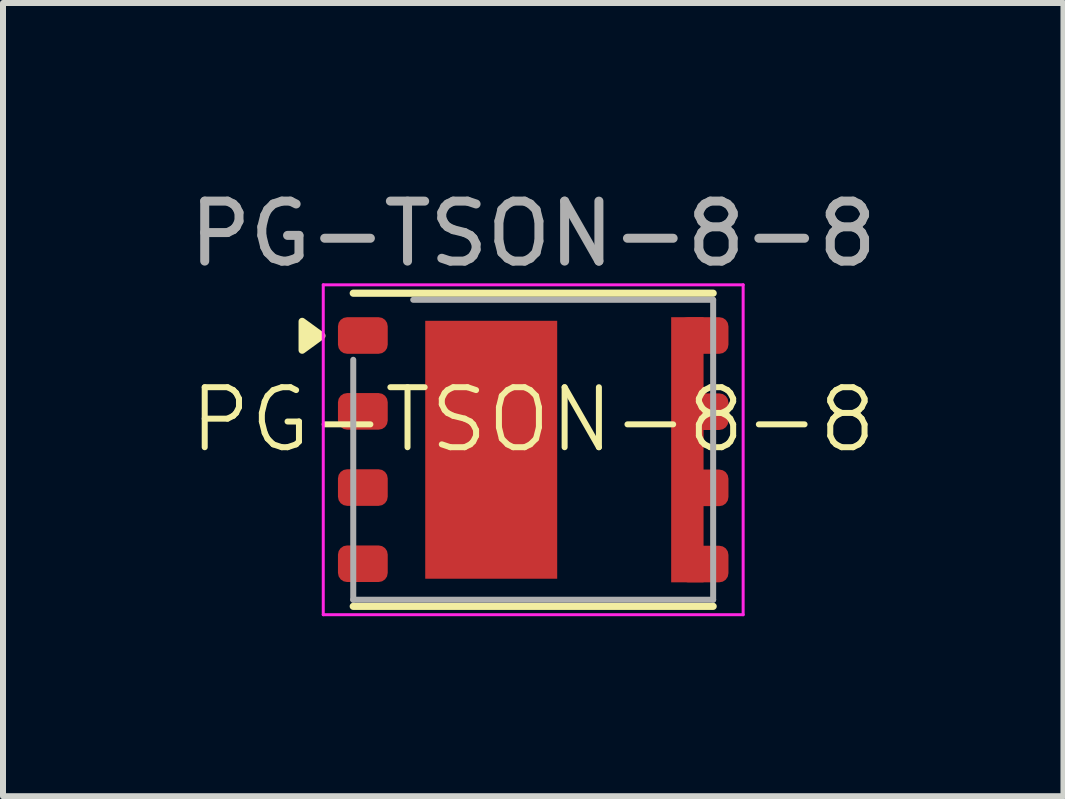
<source format=kicad_pcb>
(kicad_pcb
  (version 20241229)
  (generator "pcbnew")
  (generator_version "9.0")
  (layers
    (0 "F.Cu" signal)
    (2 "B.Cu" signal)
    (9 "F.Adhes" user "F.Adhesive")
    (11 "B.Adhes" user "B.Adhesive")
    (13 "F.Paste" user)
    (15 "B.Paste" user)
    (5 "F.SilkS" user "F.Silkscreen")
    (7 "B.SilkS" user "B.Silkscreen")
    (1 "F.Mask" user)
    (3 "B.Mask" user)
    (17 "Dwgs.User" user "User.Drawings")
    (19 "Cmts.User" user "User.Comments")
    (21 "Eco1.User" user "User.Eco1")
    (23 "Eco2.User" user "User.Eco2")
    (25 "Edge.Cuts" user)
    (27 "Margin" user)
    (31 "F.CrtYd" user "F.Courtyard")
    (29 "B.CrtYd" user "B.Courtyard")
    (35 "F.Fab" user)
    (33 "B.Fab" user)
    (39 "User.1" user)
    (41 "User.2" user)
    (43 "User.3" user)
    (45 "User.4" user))
  (footprint "PG-TSON-8-8"
    (layer "F.Cu")
    (at 5.839 4.448)
    (property "Reference" "PG-TSON-8-8" (at 0 -0.5 0) (unlocked yes) (layer "F.SilkS") (effects (font (size 1 1) (thickness 0.1))))
    (attr smd)
    (fp_line (start 3 -2.61) (end -3 -2.61) (stroke (width 0.12) (type solid)) (layer "F.SilkS"))
    (fp_line (start 3 2.61) (end -3 2.61) (stroke (width 0.12) (type solid)) (layer "F.SilkS"))
    (fp_poly (pts (xy -3.522 -1.9) (xy -3.852 -1.66) (xy -3.852 -2.14) (xy -3.522 -1.9)) (stroke (width 0.12) (type solid)) (fill yes) (layer "F.SilkS"))
    (fp_line (start -3.5 -2.75) (end 3.5 -2.75) (stroke (width 0.05) (type solid)) (layer "F.CrtYd"))
    (fp_line (start -3.5 2.75) (end -3.5 -2.75) (stroke (width 0.05) (type solid)) (layer "F.CrtYd"))
    (fp_line (start 3.5 -2.75) (end 3.5 2.75) (stroke (width 0.05) (type solid)) (layer "F.CrtYd"))
    (fp_line (start 3.5 2.75) (end -3.5 2.75) (stroke (width 0.05) (type solid)) (layer "F.CrtYd"))
    (fp_line (start -3 -1.5) (end -3 2.5) (stroke (width 0.1) (type solid)) (layer "F.Fab"))
    (fp_line (start -2 -2.5) (end 3 -2.5) (stroke (width 0.1) (type solid)) (layer "F.Fab"))
    (fp_line (start 3 -2.5) (end 3 2.5) (stroke (width 0.1) (type solid)) (layer "F.Fab"))
    (fp_line (start 3 2.5) (end -3 2.5) (stroke (width 0.1) (type solid)) (layer "F.Fab"))
    (fp_text user "${REFERENCE}" (at 0 -3.6 0) (layer "F.Fab") (effects (font (size 1 1) (thickness 0.15))))
    (pad "" smd rect (at -1.25 -1.05) (size 0.9 1.9) (layers "F.Paste"))
    (pad "" smd rect (at -1.25 1.05) (size 0.9 1.9) (layers "F.Paste"))
    (pad "" smd rect (at -0.15 -1.05) (size 0.9 1.9) (layers "F.Paste"))
    (pad "" smd rect (at -0.15 1.05) (size 0.9 1.9) (layers "F.Paste"))
    (pad "1" smd roundrect (at -2.84 -1.905) (size 0.83 0.61) (layers "F.Cu" "F.Mask" "F.Paste") (roundrect_rratio 0.25))
    (pad "2" smd roundrect (at -2.84 -0.64) (size 0.83 0.61) (layers "F.Cu" "F.Mask" "F.Paste") (roundrect_rratio 0.25))
    (pad "3" smd roundrect (at -2.84 0.63) (size 0.83 0.61) (layers "F.Cu" "F.Mask" "F.Paste") (roundrect_rratio 0.25))
    (pad "4" smd roundrect (at -2.84 1.9) (size 0.83 0.61) (layers "F.Cu" "F.Mask" "F.Paste") (roundrect_rratio 0.25))
    (pad "5" smd roundrect (at 2.84 1.905) (size 0.83 0.61) (layers "F.Cu" "F.Mask" "F.Paste") (roundrect_rratio 0.25))
    (pad "6" smd roundrect (at 2.84 0.635) (size 0.83 0.61) (layers "F.Cu" "F.Mask" "F.Paste") (roundrect_rratio 0.25))
    (pad "7" smd roundrect (at 2.84 -0.635) (size 0.83 0.61) (layers "F.Cu" "F.Mask" "F.Paste") (roundrect_rratio 0.25))
    (pad "8" smd rect (at 2.57 0) (size 0.54 4.42) (layers "F.Cu" "F.Mask" "F.Paste"))
    (pad "8" smd roundrect (at 2.84 -1.905) (size 0.83 0.61) (layers "F.Cu" "F.Mask" "F.Paste") (roundrect_rratio 0.25))
    (pad "9" smd rect (at -0.7 0) (size 2.2 4.3) (layers "F.Cu" "F.Mask")))
  (gr_rect
    (start -3 -3)
    (end 14.679 10.223)
    (stroke (width 0.1) (type default))
    (fill no)
    (layer "Edge.Cuts")))
</source>
